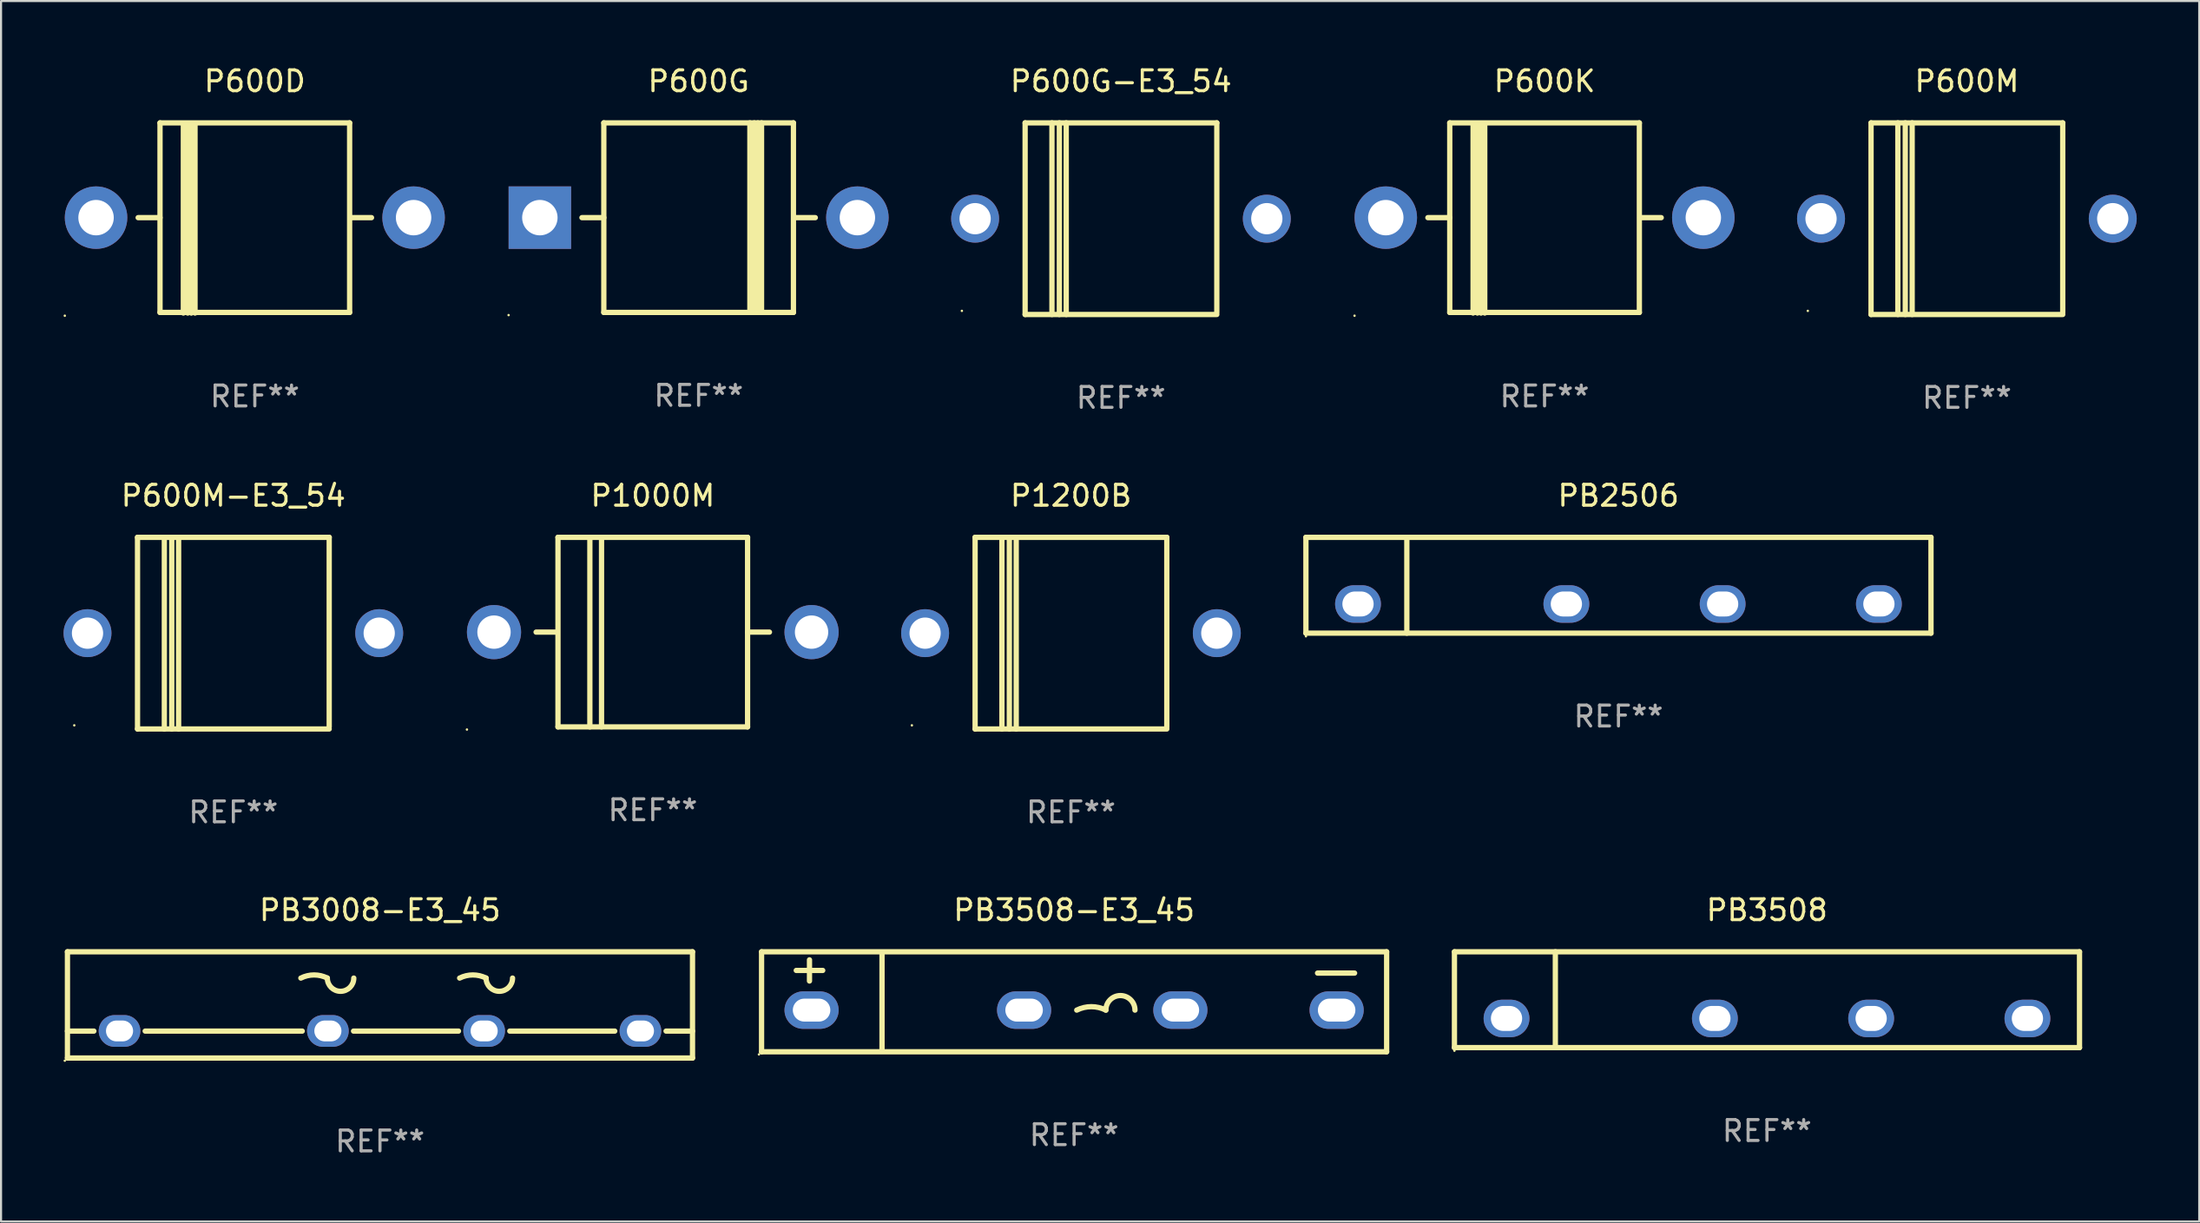
<source format=kicad_pcb>
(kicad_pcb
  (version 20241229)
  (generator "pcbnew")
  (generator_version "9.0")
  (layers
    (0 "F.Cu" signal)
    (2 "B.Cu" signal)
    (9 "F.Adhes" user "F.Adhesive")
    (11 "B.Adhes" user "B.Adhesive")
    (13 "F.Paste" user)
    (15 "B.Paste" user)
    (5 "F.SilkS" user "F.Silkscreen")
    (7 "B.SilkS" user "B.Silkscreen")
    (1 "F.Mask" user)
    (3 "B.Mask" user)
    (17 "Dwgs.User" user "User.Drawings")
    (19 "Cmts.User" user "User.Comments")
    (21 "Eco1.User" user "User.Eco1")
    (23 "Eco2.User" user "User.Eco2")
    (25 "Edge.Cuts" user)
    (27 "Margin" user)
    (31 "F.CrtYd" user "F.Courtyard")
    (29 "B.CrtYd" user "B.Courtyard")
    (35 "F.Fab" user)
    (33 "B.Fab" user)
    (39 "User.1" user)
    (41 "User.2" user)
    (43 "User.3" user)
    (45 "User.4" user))
  (footprint "P600G-E3_54"
    (layer "F.Cu")
    (at 50.75 7.448)
    (property "Reference" "P600G-E3_54" (at 0 -6.6 0) (layer "F.SilkS") (effects (font (size 1 1) (thickness 0.15))))
    (attr through_hole)
    (fp_line (start -4.6 -4.6) (end -4.6 4.6) (stroke (width 0.254) (type solid)) (layer "F.SilkS"))
    (fp_line (start -4.6 -4.6) (end 4.6 -4.6) (stroke (width 0.254) (type solid)) (layer "F.SilkS"))
    (fp_line (start -4.6 4.6) (end 4.6 4.6) (stroke (width 0.254) (type solid)) (layer "F.SilkS"))
    (fp_line (start -3.313 -4.6) (end -3.313 4.6) (stroke (width 0.254) (type solid)) (layer "F.SilkS"))
    (fp_line (start -2.957 -4.6) (end -2.957 4.6) (stroke (width 0.254) (type solid)) (layer "F.SilkS"))
    (fp_line (start -2.627 -4.6) (end -2.627 4.6) (stroke (width 0.254) (type solid)) (layer "F.SilkS"))
    (fp_line (start 4.6 -4.6) (end 4.6 4.5) (stroke (width 0.254) (type solid)) (layer "F.SilkS"))
    (fp_circle (center -7.635 4.425) (end -7.605 4.425) (stroke (width 0.06) (type solid)) (fill no) (layer "F.SilkS"))
    (fp_text user "REF**" (at 0 8.6 0) (layer "F.Fab") (effects (font (size 1 1) (thickness 0.15))))
    (pad "1" thru_hole circle (at -7 0) (size 2.3 2.3) (drill 1.5) (layers "*.Cu" "*.Mask"))
    (pad "2" thru_hole circle (at 7 0) (size 2.3 2.3) (drill 1.5) (layers "*.Cu" "*.Mask")))
  (footprint "P1000M"
    (layer "F.Cu")
    (at 28.28 27.295)
    (property "Reference" "P1000M" (at 0 -6.55 0) (layer "F.SilkS") (effects (font (size 1 1) (thickness 0.15))))
    (attr through_hole)
    (fp_line (start -4.58 0.000127) (end -5.6 0.000127) (stroke (width 0.254) (type solid)) (layer "F.SilkS"))
    (fp_line (start -4.55 -4.55) (end 4.55 -4.55) (stroke (width 0.254) (type solid)) (layer "F.SilkS"))
    (fp_line (start -4.55 -4.55) (end -4.55 4.55) (stroke (width 0.254) (type solid)) (layer "F.SilkS"))
    (fp_line (start -3.02 -4.55) (end -3.02 4.55) (stroke (width 0.254) (type solid)) (layer "F.SilkS"))
    (fp_line (start -2.46 -4.55) (end -2.46 4.55) (stroke (width 0.254) (type solid)) (layer "F.SilkS"))
    (fp_line (start 4.55 4.55) (end -4.55 4.55) (stroke (width 0.254) (type solid)) (layer "F.SilkS"))
    (fp_line (start 4.55 4.55) (end 4.55 -4.55) (stroke (width 0.254) (type solid)) (layer "F.SilkS"))
    (fp_line (start 5.6 0.000127) (end 4.55 0.000127) (stroke (width 0.254) (type solid)) (layer "F.SilkS"))
    (fp_circle (center -8.92 4.677) (end -8.89 4.677) (stroke (width 0.06) (type solid)) (fill no) (layer "F.SilkS"))
    (fp_text user "REF**" (at 0 8.55 0) (layer "F.Fab") (effects (font (size 1 1) (thickness 0.15))))
    (pad "1" thru_hole circle (at -7.62 0.000127) (size 2.6 2.6) (drill 1.6) (layers "*.Cu" "*.Mask"))
    (pad "2" thru_hole circle (at 7.62 0.000127) (size 2.6 2.6) (drill 1.6) (layers "*.Cu" "*.Mask")))
  (footprint "P600M"
    (layer "F.Cu")
    (at 91.35 7.448)
    (property "Reference" "P600M" (at 0 -6.6 0) (layer "F.SilkS") (effects (font (size 1 1) (thickness 0.15))))
    (attr through_hole)
    (fp_line (start -4.6 -4.6) (end -4.6 4.6) (stroke (width 0.254) (type solid)) (layer "F.SilkS"))
    (fp_line (start -4.6 -4.6) (end 4.6 -4.6) (stroke (width 0.254) (type solid)) (layer "F.SilkS"))
    (fp_line (start -4.6 4.6) (end 4.6 4.6) (stroke (width 0.254) (type solid)) (layer "F.SilkS"))
    (fp_line (start -3.313 -4.6) (end -3.313 4.6) (stroke (width 0.254) (type solid)) (layer "F.SilkS"))
    (fp_line (start -2.957 -4.6) (end -2.957 4.6) (stroke (width 0.254) (type solid)) (layer "F.SilkS"))
    (fp_line (start -2.627 -4.6) (end -2.627 4.6) (stroke (width 0.254) (type solid)) (layer "F.SilkS"))
    (fp_line (start 4.6 -4.6) (end 4.6 4.5) (stroke (width 0.254) (type solid)) (layer "F.SilkS"))
    (fp_circle (center -7.635 4.425) (end -7.605 4.425) (stroke (width 0.06) (type solid)) (fill no) (layer "F.SilkS"))
    (fp_text user "REF**" (at 0 8.6 0) (layer "F.Fab") (effects (font (size 1 1) (thickness 0.15))))
    (pad "1" thru_hole circle (at -7 0) (size 2.3 2.3) (drill 1.5) (layers "*.Cu" "*.Mask"))
    (pad "2" thru_hole circle (at 7 0) (size 2.3 2.3) (drill 1.5) (layers "*.Cu" "*.Mask")))
  (footprint "PB3008-E3_45"
    (layer "F.Cu")
    (at 15.187 45.191)
    (property "Reference" "PB3008-E3_45" (at 0 -4.55 0) (layer "F.SilkS") (effects (font (size 1 1) (thickness 0.15))))
    (attr through_hole)
    (fp_line (start -15 -2.55) (end -15 2.55) (stroke (width 0.254) (type solid)) (layer "F.SilkS"))
    (fp_line (start -15 -2.55) (end 15 -2.55) (stroke (width 0.254) (type solid)) (layer "F.SilkS"))
    (fp_line (start -15 1.257) (end -13.731 1.257) (stroke (width 0.254) (type solid)) (layer "F.SilkS"))
    (fp_line (start -15 2.55) (end 15 2.55) (stroke (width 0.254) (type solid)) (layer "F.SilkS"))
    (fp_line (start -11.269 1.257) (end -3.731 1.257) (stroke (width 0.254) (type solid)) (layer "F.SilkS"))
    (fp_line (start -1.269 1.257) (end 3.769 1.257) (stroke (width 0.254) (type solid)) (layer "F.SilkS"))
    (fp_line (start 6.231 1.257) (end 11.269 1.257) (stroke (width 0.254) (type solid)) (layer "F.SilkS"))
    (fp_line (start 13.731 1.257) (end 15 1.257) (stroke (width 0.254) (type solid)) (layer "F.SilkS"))
    (fp_line (start 15 -2.55) (end 15 2.55) (stroke (width 0.254) (type solid)) (layer "F.SilkS"))
    (fp_arc (start -3.797536 -1.288214) (mid -3.162535 -1.438117) (end -2.527534 -1.288214) (stroke (width 0.254001) (type solid)) (layer "F.SilkS"))
    (fp_arc (start -1.257531 -1.288214) (mid -1.892532 -0.653213) (end -2.527533 -1.288214) (stroke (width 0.254001) (type solid)) (layer "F.SilkS"))
    (fp_arc (start 3.822479 -1.288214) (mid 4.45748 -1.438117) (end 5.092481 -1.288214) (stroke (width 0.254001) (type solid)) (layer "F.SilkS"))
    (fp_arc (start 6.362484 -1.288214) (mid 5.727483 -0.653213) (end 5.092482 -1.288214) (stroke (width 0.254001) (type solid)) (layer "F.SilkS"))
    (fp_circle (center -15.127 2.677) (end -15.097 2.677) (stroke (width 0.06) (type solid)) (fill no) (layer "F.SilkS"))
    (fp_text user "+" (at -13.462 -0.02 0) (layer "B.Mask") (effects (font (size 1 1) (thickness 0.15))))
    (fp_text user "-" (at 11.684 -0.02 0) (layer "B.Mask") (effects (font (size 1 1) (thickness 0.15))))
    (fp_text user "REF**" (at 0 6.55 0) (layer "F.Fab") (effects (font (size 1 1) (thickness 0.15))))
    (pad "1" thru_hole oval (at -12.5 1.25) (size 2 1.524) (drill oval 1.3 1) (layers "*.Cu" "*.Mask"))
    (pad "2" thru_hole oval (at -2.5 1.25) (size 2 1.524) (drill oval 1.3 1) (layers "*.Cu" "*.Mask"))
    (pad "3" thru_hole oval (at 5 1.25) (size 2 1.524) (drill oval 1.3 1) (layers "*.Cu" "*.Mask"))
    (pad "4" thru_hole oval (at 12.5 1.25) (size 2 1.524) (drill oval 1.3 1) (layers "*.Cu" "*.Mask")))
  (footprint "PB3508-E3_45"
    (layer "F.Cu")
    (at 48.501 45.041)
    (property "Reference" "PB3508-E3_45" (at 0 -4.4 0) (layer "F.SilkS") (effects (font (size 1 1) (thickness 0.15))))
    (attr through_hole)
    (fp_line (start -15 -2.4) (end -15 2.4) (stroke (width 0.254) (type solid)) (layer "F.SilkS"))
    (fp_line (start -15 -2.4) (end 15 -2.4) (stroke (width 0.254) (type solid)) (layer "F.SilkS"))
    (fp_line (start -15 2.4) (end 15 2.4) (stroke (width 0.254) (type solid)) (layer "F.SilkS"))
    (fp_line (start -13.335 -1.505) (end -12.065 -1.505) (stroke (width 0.254) (type solid)) (layer "F.SilkS"))
    (fp_line (start -12.7 -0.997) (end -12.7 -2.013) (stroke (width 0.254) (type solid)) (layer "F.SilkS"))
    (fp_line (start -9.219 -2.3) (end -9.219 2.3) (stroke (width 0.254) (type solid)) (layer "F.SilkS"))
    (fp_line (start 11.684 -1.378) (end 13.462 -1.378) (stroke (width 0.254) (type solid)) (layer "F.SilkS"))
    (fp_line (start 15 -2.4) (end 15 2.4) (stroke (width 0.254) (type solid)) (layer "F.SilkS"))
    (fp_arc (start 0.127 0.400013) (mid 0.825501 0.235119) (end 1.524002 0.400012) (stroke (width 0.254001) (type solid)) (layer "F.SilkS"))
    (fp_arc (start 1.524002 0.400013) (mid 2.222504 -0.298489) (end 2.921006 0.400013) (stroke (width 0.254001) (type solid)) (layer "F.SilkS"))
    (fp_circle (center -15.127 2.527) (end -15.097 2.527) (stroke (width 0.06) (type solid)) (fill no) (layer "F.SilkS"))
    (fp_text user "REF**" (at 0 6.4 0) (layer "F.Fab") (effects (font (size 1 1) (thickness 0.15))))
    (pad "1" thru_hole oval (at -12.6 0.4 90) (size 1.8 2.6) (drill oval 1.1 1.8) (layers "*.Cu" "*.Mask"))
    (pad "2" thru_hole oval (at -2.4 0.4 90) (size 1.8 2.6) (drill oval 1.1 1.8) (layers "*.Cu" "*.Mask"))
    (pad "3" thru_hole oval (at 5.1 0.4 90) (size 1.8 2.6) (drill oval 1.1 1.8) (layers "*.Cu" "*.Mask"))
    (pad "4" thru_hole oval (at 12.6 0.4 90) (size 1.8 2.6) (drill oval 1.1 1.8) (layers "*.Cu" "*.Mask")))
  (footprint "P600M-E3_54"
    (layer "F.Cu")
    (at 8.15 27.345)
    (property "Reference" "P600M-E3_54" (at 0 -6.6 0) (layer "F.SilkS") (effects (font (size 1 1) (thickness 0.15))))
    (attr through_hole)
    (fp_line (start -4.6 -4.6) (end -4.6 4.6) (stroke (width 0.254) (type solid)) (layer "F.SilkS"))
    (fp_line (start -4.6 -4.6) (end 4.6 -4.6) (stroke (width 0.254) (type solid)) (layer "F.SilkS"))
    (fp_line (start -4.6 4.6) (end 4.6 4.6) (stroke (width 0.254) (type solid)) (layer "F.SilkS"))
    (fp_line (start -3.313 -4.6) (end -3.313 4.6) (stroke (width 0.254) (type solid)) (layer "F.SilkS"))
    (fp_line (start -2.957 -4.6) (end -2.957 4.6) (stroke (width 0.254) (type solid)) (layer "F.SilkS"))
    (fp_line (start -2.627 -4.6) (end -2.627 4.6) (stroke (width 0.254) (type solid)) (layer "F.SilkS"))
    (fp_line (start 4.6 -4.6) (end 4.6 4.5) (stroke (width 0.254) (type solid)) (layer "F.SilkS"))
    (fp_circle (center -7.635 4.425) (end -7.605 4.425) (stroke (width 0.06) (type solid)) (fill no) (layer "F.SilkS"))
    (fp_text user "REF**" (at 0 8.6 0) (layer "F.Fab") (effects (font (size 1 1) (thickness 0.15))))
    (pad "1" thru_hole circle (at -7 0) (size 2.3 2.3) (drill 1.5) (layers "*.Cu" "*.Mask"))
    (pad "2" thru_hole circle (at 7 0) (size 2.3 2.3) (drill 1.5) (layers "*.Cu" "*.Mask")))
  (footprint "P600G"
    (layer "F.Cu")
    (at 30.48 7.399)
    (property "Reference" "P600G" (at 0 -6.551 0) (layer "F.SilkS") (effects (font (size 1 1) (thickness 0.15))))
    (attr through_hole)
    (fp_line (start -5.6 -0.001) (end -4.55 -0.001) (stroke (width 0.254) (type solid)) (layer "F.SilkS"))
    (fp_line (start -4.55 -4.551) (end -4.55 4.55) (stroke (width 0.254) (type solid)) (layer "F.SilkS"))
    (fp_line (start -4.55 -4.551) (end 4.55 -4.551) (stroke (width 0.254) (type solid)) (layer "F.SilkS"))
    (fp_line (start 2.46 4.55) (end 2.46 -4.551) (stroke (width 0.254) (type solid)) (layer "F.SilkS"))
    (fp_line (start 2.67 4.55) (end 2.67 -4.551) (stroke (width 0.254) (type solid)) (layer "F.SilkS"))
    (fp_line (start 2.841 4.551) (end 2.841 -4.55) (stroke (width 0.254) (type solid)) (layer "F.SilkS"))
    (fp_line (start 3.02 4.55) (end 3.02 -4.551) (stroke (width 0.254) (type solid)) (layer "F.SilkS"))
    (fp_line (start 4.55 4.55) (end 4.55 -4.551) (stroke (width 0.254) (type solid)) (layer "F.SilkS"))
    (fp_line (start 4.55 4.549) (end -4.55 4.549) (stroke (width 0.254) (type solid)) (layer "F.SilkS"))
    (fp_line (start 4.58 -0.001) (end 5.6 -0.001) (stroke (width 0.254) (type solid)) (layer "F.SilkS"))
    (fp_circle (center -9.12 4.678) (end -9.09 4.678) (stroke (width 0.06) (type solid)) (fill no) (layer "F.SilkS"))
    (fp_text user "REF**" (at 0 8.551 0) (layer "F.Fab") (effects (font (size 1 1) (thickness 0.15))))
    (pad "1" thru_hole rect (at -7.62 -0.001 180) (size 3 3) (drill 1.7) (layers "*.Cu" "*.Mask"))
    (pad "2" thru_hole circle (at 7.62 -0.001) (size 3 3) (drill 1.7) (layers "*.Cu" "*.Mask")))
  (footprint "PB2506"
    (layer "F.Cu")
    (at 74.627 25.045)
    (property "Reference" "PB2506" (at 0 -4.3 0) (layer "F.SilkS") (effects (font (size 1 1) (thickness 0.15))))
    (attr through_hole)
    (fp_line (start -15 -2.3) (end -15 2.3) (stroke (width 0.254) (type solid)) (layer "F.SilkS"))
    (fp_line (start -15 -2.3) (end 15 -2.3) (stroke (width 0.254) (type solid)) (layer "F.SilkS"))
    (fp_line (start -15 2.3) (end 15 2.3) (stroke (width 0.254) (type solid)) (layer "F.SilkS"))
    (fp_line (start -10.157 -2.3) (end -10.157 2.3) (stroke (width 0.254) (type solid)) (layer "F.SilkS"))
    (fp_line (start 15 -2.3) (end 15 2.3) (stroke (width 0.254) (type solid)) (layer "F.SilkS"))
    (fp_circle (center -15 2.45) (end -14.97 2.45) (stroke (width 0.06) (type solid)) (fill no) (layer "F.SilkS"))
    (fp_text user "+" (at -13.462 -0.17 0) (layer "B.Mask") (effects (font (size 1 1) (thickness 0.15))))
    (fp_text user "AC" (at -0.635 0.338 0) (layer "B.Mask") (effects (font (size 1 1) (thickness 0.15))))
    (fp_text user "-" (at 11.811 -0.17 0) (layer "B.Mask") (effects (font (size 1 1) (thickness 0.15))))
    (fp_text user "REF**" (at 0 6.3 0) (layer "F.Fab") (effects (font (size 1 1) (thickness 0.15))))
    (pad "1" thru_hole oval (at -12.5 0.9) (size 2.2 1.8) (drill oval 1.5 1.2) (layers "*.Cu" "*.Mask"))
    (pad "2" thru_hole oval (at -2.5 0.9) (size 2.2 1.8) (drill oval 1.5 1.2) (layers "*.Cu" "*.Mask"))
    (pad "3" thru_hole oval (at 5 0.9) (size 2.2 1.8) (drill oval 1.5 1.2) (layers "*.Cu" "*.Mask"))
    (pad "4" thru_hole oval (at 12.5 0.9) (size 2.2 1.8) (drill oval 1.5 1.2) (layers "*.Cu" "*.Mask")))
  (footprint "P600D"
    (layer "F.Cu")
    (at 9.18 7.414)
    (property "Reference" "P600D" (at 0 -6.565 0) (layer "F.SilkS") (effects (font (size 1 1) (thickness 0.15))))
    (attr through_hole)
    (fp_line (start -5.6 -0.016) (end -4.55 -0.016) (stroke (width 0.254) (type solid)) (layer "F.SilkS"))
    (fp_line (start -4.55 -4.565) (end -4.55 4.535) (stroke (width 0.254) (type solid)) (layer "F.SilkS"))
    (fp_line (start -4.55 -4.565) (end 4.55 -4.565) (stroke (width 0.254) (type solid)) (layer "F.SilkS"))
    (fp_line (start -3.43 4.564) (end -3.43 -4.536) (stroke (width 0.254) (type solid)) (layer "F.SilkS"))
    (fp_line (start -3.22 4.564) (end -3.22 -4.536) (stroke (width 0.254) (type solid)) (layer "F.SilkS"))
    (fp_line (start -3.049 4.565) (end -3.049 -4.535) (stroke (width 0.254) (type solid)) (layer "F.SilkS"))
    (fp_line (start -2.87 4.564) (end -2.87 -4.536) (stroke (width 0.254) (type solid)) (layer "F.SilkS"))
    (fp_line (start 4.55 4.535) (end 4.55 -4.565) (stroke (width 0.254) (type solid)) (layer "F.SilkS"))
    (fp_line (start 4.55 4.534) (end -4.55 4.534) (stroke (width 0.254) (type solid)) (layer "F.SilkS"))
    (fp_line (start 4.58 -0.016) (end 5.6 -0.016) (stroke (width 0.254) (type solid)) (layer "F.SilkS"))
    (fp_circle (center -9.12 4.692) (end -9.09 4.692) (stroke (width 0.06) (type solid)) (fill no) (layer "F.SilkS"))
    (fp_text user "REF**" (at 0 8.565 0) (layer "F.Fab") (effects (font (size 1 1) (thickness 0.15))))
    (pad "1" thru_hole circle (at -7.62 -0.016) (size 3 3) (drill 1.7) (layers "*.Cu" "*.Mask"))
    (pad "2" thru_hole circle (at 7.62 -0.016) (size 3 3) (drill 1.7) (layers "*.Cu" "*.Mask")))
  (footprint "PB3508"
    (layer "F.Cu")
    (at 81.755 44.941)
    (property "Reference" "PB3508" (at 0 -4.3 0) (layer "F.SilkS") (effects (font (size 1 1) (thickness 0.15))))
    (attr through_hole)
    (fp_line (start -15 -2.3) (end -15 2.3) (stroke (width 0.254) (type solid)) (layer "F.SilkS"))
    (fp_line (start -15 -2.3) (end 15 -2.3) (stroke (width 0.254) (type solid)) (layer "F.SilkS"))
    (fp_line (start -15 2.3) (end 15 2.3) (stroke (width 0.254) (type solid)) (layer "F.SilkS"))
    (fp_line (start -10.157 -2.3) (end -10.157 2.3) (stroke (width 0.254) (type solid)) (layer "F.SilkS"))
    (fp_line (start 15 -2.3) (end 15 2.3) (stroke (width 0.254) (type solid)) (layer "F.SilkS"))
    (fp_circle (center -15 2.45) (end -14.97 2.45) (stroke (width 0.06) (type solid)) (fill no) (layer "F.SilkS"))
    (fp_text user "-" (at 11.811 -0.17 0) (layer "B.Mask") (effects (font (size 1 1) (thickness 0.15))))
    (fp_text user "AC" (at -0.635 0.338 0) (layer "B.Mask") (effects (font (size 1 1) (thickness 0.15))))
    (fp_text user "+" (at -13.462 -0.17 0) (layer "B.Mask") (effects (font (size 1 1) (thickness 0.15))))
    (fp_text user "REF**" (at 0 6.3 0) (layer "F.Fab") (effects (font (size 1 1) (thickness 0.15))))
    (pad "1" thru_hole oval (at -12.5 0.9) (size 2.2 1.8) (drill oval 1.5 1.2) (layers "*.Cu" "*.Mask"))
    (pad "2" thru_hole oval (at -2.5 0.9) (size 2.2 1.8) (drill oval 1.5 1.2) (layers "*.Cu" "*.Mask"))
    (pad "3" thru_hole oval (at 5 0.9) (size 2.2 1.8) (drill oval 1.5 1.2) (layers "*.Cu" "*.Mask"))
    (pad "4" thru_hole oval (at 12.5 0.9) (size 2.2 1.8) (drill oval 1.5 1.2) (layers "*.Cu" "*.Mask")))
  (footprint "P600K"
    (layer "F.Cu")
    (at 71.08 7.414)
    (property "Reference" "P600K" (at 0 -6.565 0) (layer "F.SilkS") (effects (font (size 1 1) (thickness 0.15))))
    (attr through_hole)
    (fp_line (start -5.6 -0.016) (end -4.55 -0.016) (stroke (width 0.254) (type solid)) (layer "F.SilkS"))
    (fp_line (start -4.55 -4.565) (end -4.55 4.535) (stroke (width 0.254) (type solid)) (layer "F.SilkS"))
    (fp_line (start -4.55 -4.565) (end 4.55 -4.565) (stroke (width 0.254) (type solid)) (layer "F.SilkS"))
    (fp_line (start -3.43 4.564) (end -3.43 -4.536) (stroke (width 0.254) (type solid)) (layer "F.SilkS"))
    (fp_line (start -3.22 4.564) (end -3.22 -4.536) (stroke (width 0.254) (type solid)) (layer "F.SilkS"))
    (fp_line (start -3.049 4.565) (end -3.049 -4.535) (stroke (width 0.254) (type solid)) (layer "F.SilkS"))
    (fp_line (start -2.87 4.564) (end -2.87 -4.536) (stroke (width 0.254) (type solid)) (layer "F.SilkS"))
    (fp_line (start 4.55 4.535) (end 4.55 -4.565) (stroke (width 0.254) (type solid)) (layer "F.SilkS"))
    (fp_line (start 4.55 4.534) (end -4.55 4.534) (stroke (width 0.254) (type solid)) (layer "F.SilkS"))
    (fp_line (start 4.58 -0.016) (end 5.6 -0.016) (stroke (width 0.254) (type solid)) (layer "F.SilkS"))
    (fp_circle (center -9.12 4.692) (end -9.09 4.692) (stroke (width 0.06) (type solid)) (fill no) (layer "F.SilkS"))
    (fp_text user "REF**" (at 0 8.565 0) (layer "F.Fab") (effects (font (size 1 1) (thickness 0.15))))
    (pad "1" thru_hole circle (at -7.62 -0.016) (size 3 3) (drill 1.7) (layers "*.Cu" "*.Mask"))
    (pad "2" thru_hole circle (at 7.62 -0.016) (size 3 3) (drill 1.7) (layers "*.Cu" "*.Mask")))
  (footprint "P1200B"
    (layer "F.Cu")
    (at 48.35 27.345)
    (property "Reference" "P1200B" (at 0 -6.6 0) (layer "F.SilkS") (effects (font (size 1 1) (thickness 0.15))))
    (attr through_hole)
    (fp_line (start -4.6 -4.6) (end -4.6 4.6) (stroke (width 0.254) (type solid)) (layer "F.SilkS"))
    (fp_line (start -4.6 -4.6) (end 4.6 -4.6) (stroke (width 0.254) (type solid)) (layer "F.SilkS"))
    (fp_line (start -4.6 4.6) (end 4.6 4.6) (stroke (width 0.254) (type solid)) (layer "F.SilkS"))
    (fp_line (start -3.313 -4.6) (end -3.313 4.6) (stroke (width 0.254) (type solid)) (layer "F.SilkS"))
    (fp_line (start -2.957 -4.6) (end -2.957 4.6) (stroke (width 0.254) (type solid)) (layer "F.SilkS"))
    (fp_line (start -2.627 -4.6) (end -2.627 4.6) (stroke (width 0.254) (type solid)) (layer "F.SilkS"))
    (fp_line (start 4.6 -4.6) (end 4.6 4.5) (stroke (width 0.254) (type solid)) (layer "F.SilkS"))
    (fp_circle (center -7.635 4.425) (end -7.605 4.425) (stroke (width 0.06) (type solid)) (fill no) (layer "F.SilkS"))
    (fp_text user "REF**" (at 0 8.6 0) (layer "F.Fab") (effects (font (size 1 1) (thickness 0.15))))
    (pad "1" thru_hole circle (at -7 0) (size 2.3 2.3) (drill 1.5) (layers "*.Cu" "*.Mask"))
    (pad "2" thru_hole circle (at 7 0) (size 2.3 2.3) (drill 1.5) (layers "*.Cu" "*.Mask")))
  (gr_rect
    (start -3 -3)
    (end 102.5 55.589)
    (stroke (width 0.1) (type default))
    (fill no)
    (layer "Edge.Cuts")))
</source>
